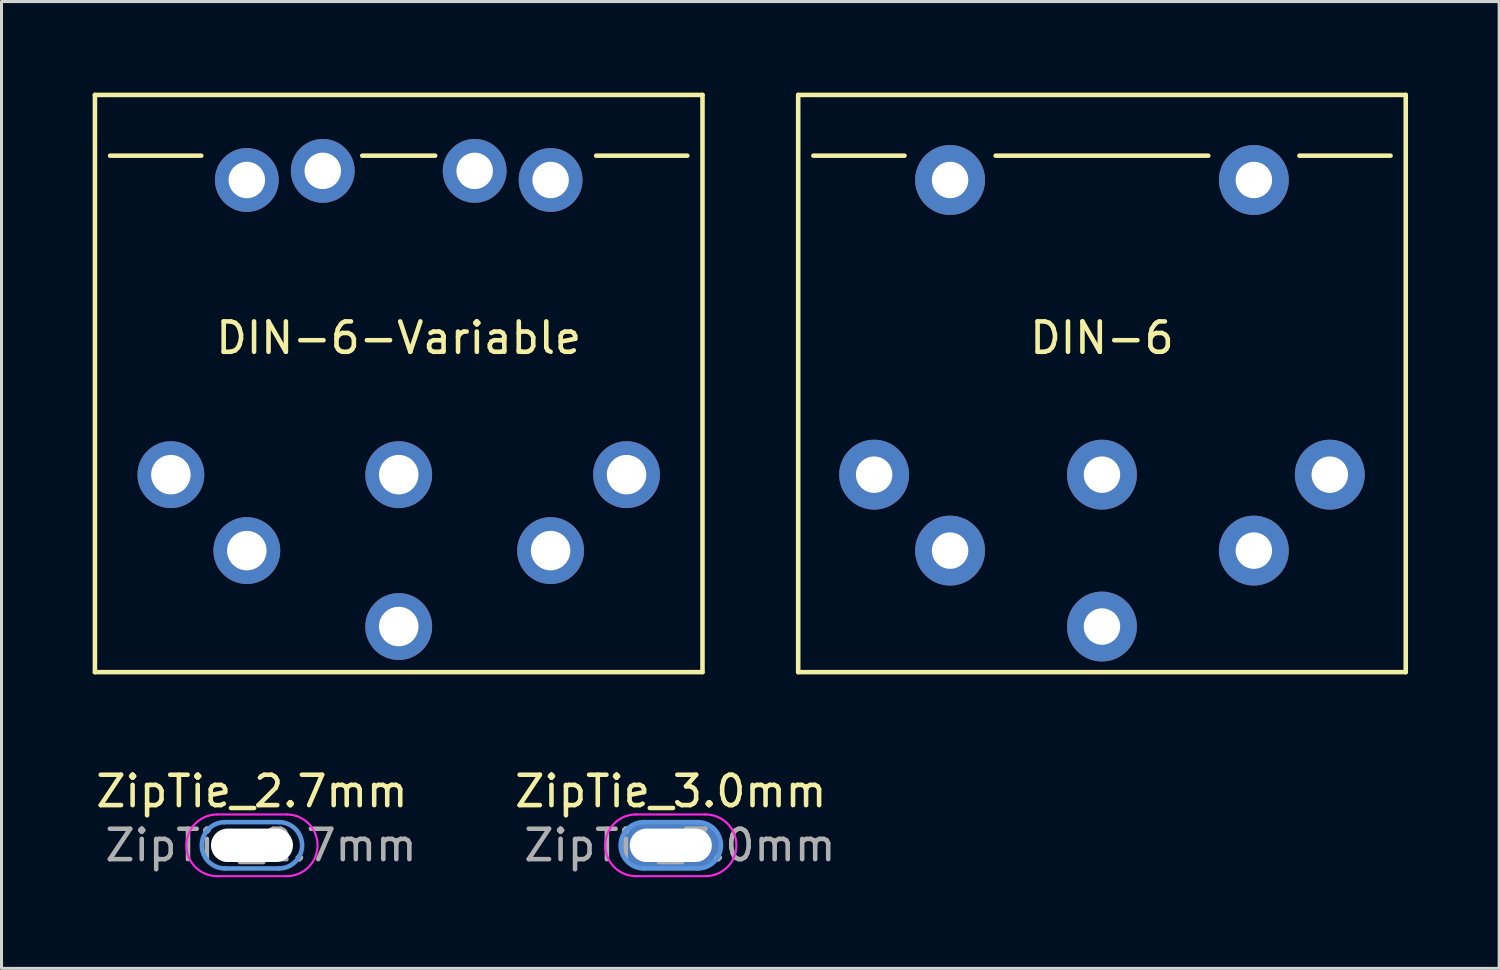
<source format=kicad_pcb>
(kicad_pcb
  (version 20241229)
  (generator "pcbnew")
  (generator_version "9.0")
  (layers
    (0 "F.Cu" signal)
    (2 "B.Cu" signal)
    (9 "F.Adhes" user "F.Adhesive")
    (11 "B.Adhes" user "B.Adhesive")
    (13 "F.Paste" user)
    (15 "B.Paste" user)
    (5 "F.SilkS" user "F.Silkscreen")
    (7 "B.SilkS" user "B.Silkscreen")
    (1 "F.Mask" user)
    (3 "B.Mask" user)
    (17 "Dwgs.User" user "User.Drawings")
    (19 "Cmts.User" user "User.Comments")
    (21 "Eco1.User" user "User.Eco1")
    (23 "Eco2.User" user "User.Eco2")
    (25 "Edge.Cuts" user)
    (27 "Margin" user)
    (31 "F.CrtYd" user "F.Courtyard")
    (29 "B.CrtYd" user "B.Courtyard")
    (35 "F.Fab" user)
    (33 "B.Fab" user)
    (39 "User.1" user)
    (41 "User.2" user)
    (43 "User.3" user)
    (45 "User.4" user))
  (footprint "ZipTie_3.0mm"
    (layer "F.Cu")
    (at 19.032 24.776)
    (property "Reference" "ZipTie_3.0mm" (at 0 -1.778 0) (layer "F.SilkS") (effects (font (size 1 1) (thickness 0.15))))
    (attr exclude_from_pos_files exclude_from_bom)
    (fp_line (start -0.889 -0.762) (end 0.889 -0.762) (stroke (width 0.15) (type solid)) (layer "Cmts.User"))
    (fp_line (start -0.889 0.762) (end 0.889 0.762) (stroke (width 0.15) (type solid)) (layer "Cmts.User"))
    (fp_arc (start -0.889 0.762) (mid -1.651 0) (end -0.889 -0.762) (stroke (width 0.15) (type solid)) (layer "Cmts.User"))
    (fp_arc (start 0.889 -0.762) (mid 1.651 0) (end 0.889 0.762) (stroke (width 0.15) (type solid)) (layer "Cmts.User"))
    (fp_line (start -1.143 -1.016) (end 1.143 -1.016) (stroke (width 0.07) (type solid)) (layer "F.CrtYd"))
    (fp_line (start -1.143 1.016) (end 1.143 1.016) (stroke (width 0.07) (type solid)) (layer "F.CrtYd"))
    (fp_arc (start -1.143 1.016) (mid -2.159 0) (end -1.143 -1.016) (stroke (width 0.07) (type solid)) (layer "F.CrtYd"))
    (fp_arc (start 1.143 -1.016) (mid 2.159 0) (end 1.143 1.016) (stroke (width 0.07) (type solid)) (layer "F.CrtYd"))
    (fp_text user "${REFERENCE}" (at 0.3 0 0) (layer "F.Fab") (effects (font (size 1 1) (thickness 0.15))))
    (pad "" np_thru_hole oval (at 0 0) (size 3.2 1.5) (drill oval 2.7 1.1) (layers "*.Cu" "*.Mask")))
  (footprint "DIN-6"
    (layer "F.Cu")
    (at 33.225 12.575)
    (property "Reference" "DIN-6" (at 0 -4.5 180) (layer "F.SilkS") (effects (font (size 1 1) (thickness 0.15))))
    (attr through_hole)
    (fp_line (start -10 -12.5) (end -10 6.5) (stroke (width 0.15) (type solid)) (layer "F.SilkS"))
    (fp_line (start -10 6.5) (end 10 6.5) (stroke (width 0.15) (type solid)) (layer "F.SilkS"))
    (fp_line (start -9.5 -10.5) (end -6.5 -10.5) (stroke (width 0.15) (type solid)) (layer "F.SilkS"))
    (fp_line (start -3.5 -10.5) (end 3.5 -10.5) (stroke (width 0.15) (type solid)) (layer "F.SilkS"))
    (fp_line (start 6.5 -10.5) (end 9.5 -10.5) (stroke (width 0.15) (type solid)) (layer "F.SilkS"))
    (fp_line (start 10 -12.5) (end -10 -12.5) (stroke (width 0.15) (type solid)) (layer "F.SilkS"))
    (fp_line (start 10 6.5) (end 10 -12.5) (stroke (width 0.15) (type solid)) (layer "F.SilkS"))
    (pad "" thru_hole circle (at -5 -9.7) (size 2.3 2.3) (drill 1.2) (layers "*.Cu" "*.Mask"))
    (pad "" thru_hole circle (at 5 -9.7) (size 2.3 2.3) (drill 1.2) (layers "*.Cu" "*.Mask"))
    (pad "1" thru_hole circle (at -7.5 0) (size 2.3 2.3) (drill 1.2) (layers "*.Cu" "*.Mask"))
    (pad "2" thru_hole circle (at -5 2.5) (size 2.3 2.3) (drill 1.2) (layers "*.Cu" "*.Mask"))
    (pad "3" thru_hole circle (at 0 0) (size 2.3 2.3) (drill 1.2) (layers "*.Cu" "*.Mask"))
    (pad "4" thru_hole circle (at 5 2.5) (size 2.3 2.3) (drill 1.2) (layers "*.Cu" "*.Mask"))
    (pad "5" thru_hole circle (at 7.5 0) (size 2.3 2.3) (drill 1.2) (layers "*.Cu" "*.Mask"))
    (pad "6" thru_hole circle (at 0 5) (size 2.3 2.3) (drill 1.2) (layers "*.Cu" "*.Mask")))
  (footprint "ZipTie_2.7mm"
    (layer "F.Cu")
    (at 5.244 24.776)
    (property "Reference" "ZipTie_2.7mm" (at 0 -1.778 0) (layer "F.SilkS") (effects (font (size 1 1) (thickness 0.15))))
    (attr exclude_from_pos_files exclude_from_bom)
    (fp_line (start -0.889 -0.762) (end 0.889 -0.762) (stroke (width 0.15) (type solid)) (layer "Cmts.User"))
    (fp_line (start -0.889 0.762) (end 0.889 0.762) (stroke (width 0.15) (type solid)) (layer "Cmts.User"))
    (fp_arc (start -0.889 0.762) (mid -1.651 0) (end -0.889 -0.762) (stroke (width 0.15) (type solid)) (layer "Cmts.User"))
    (fp_arc (start 0.889 -0.762) (mid 1.651 0) (end 0.889 0.762) (stroke (width 0.15) (type solid)) (layer "Cmts.User"))
    (fp_line (start -1.143 -1.016) (end 1.143 -1.016) (stroke (width 0.07) (type solid)) (layer "F.CrtYd"))
    (fp_line (start -1.143 1.016) (end 1.143 1.016) (stroke (width 0.07) (type solid)) (layer "F.CrtYd"))
    (fp_arc (start -1.143 1.016) (mid -2.159 0) (end -1.143 -1.016) (stroke (width 0.07) (type solid)) (layer "F.CrtYd"))
    (fp_arc (start 1.143 -1.016) (mid 2.159 0) (end 1.143 1.016) (stroke (width 0.07) (type solid)) (layer "F.CrtYd"))
    (fp_text user "${REFERENCE}" (at 0.3 0 0) (layer "F.Fab") (effects (font (size 1 1) (thickness 0.15))))
    (pad "" np_thru_hole oval (at 0 0) (size 2.7 1.1) (drill oval 2.7 1.1) (layers "*.Cu" "*.Mask")))
  (footprint "DIN-6-Variable"
    (layer "F.Cu")
    (at 10.075 12.575)
    (property "Reference" "DIN-6-Variable" (at 0 -4.5 180) (layer "F.SilkS") (effects (font (size 1 1) (thickness 0.15))))
    (attr through_hole)
    (fp_line (start -10 -12.5) (end -10 6.5) (stroke (width 0.15) (type solid)) (layer "F.SilkS"))
    (fp_line (start -10 6.5) (end 10 6.5) (stroke (width 0.15) (type solid)) (layer "F.SilkS"))
    (fp_line (start -9.5 -10.5) (end -6.5 -10.5) (stroke (width 0.15) (type solid)) (layer "F.SilkS"))
    (fp_line (start -1.2 -10.5) (end 1.2 -10.5) (stroke (width 0.15) (type solid)) (layer "F.SilkS"))
    (fp_line (start 6.5 -10.5) (end 9.5 -10.5) (stroke (width 0.15) (type solid)) (layer "F.SilkS"))
    (fp_line (start 10 -12.5) (end -10 -12.5) (stroke (width 0.15) (type solid)) (layer "F.SilkS"))
    (fp_line (start 10 6.5) (end 10 -12.5) (stroke (width 0.15) (type solid)) (layer "F.SilkS"))
    (pad "" thru_hole circle (at -5 -9.7) (size 2.1 2.1) (drill 1.2) (layers "*.Cu" "*.Mask"))
    (pad "" thru_hole circle (at -2.5 -10) (size 2.1 2.1) (drill 1.2) (layers "*.Cu" "*.Mask"))
    (pad "" thru_hole circle (at 2.5 -10) (size 2.1 2.1) (drill 1.2) (layers "*.Cu" "*.Mask"))
    (pad "" thru_hole circle (at 5 -9.7) (size 2.1 2.1) (drill 1.2) (layers "*.Cu" "*.Mask"))
    (pad "1" thru_hole circle (at -7.5 0) (size 2.2 2.2) (drill 1.3) (layers "*.Cu" "*.Mask"))
    (pad "2" thru_hole circle (at -5 2.5) (size 2.2 2.2) (drill 1.3) (layers "*.Cu" "*.Mask"))
    (pad "3" thru_hole circle (at 0 0) (size 2.2 2.2) (drill 1.3) (layers "*.Cu" "*.Mask"))
    (pad "4" thru_hole circle (at 5 2.5) (size 2.2 2.2) (drill 1.3) (layers "*.Cu" "*.Mask"))
    (pad "5" thru_hole circle (at 7.5 0) (size 2.2 2.2) (drill 1.3) (layers "*.Cu" "*.Mask"))
    (pad "6" thru_hole circle (at 0 5) (size 2.2 2.2) (drill 1.3) (layers "*.Cu" "*.Mask")))
  (gr_rect
    (start -3 -3)
    (end 46.3 28.827)
    (stroke (width 0.1) (type default))
    (fill no)
    (layer "Edge.Cuts")))
</source>
